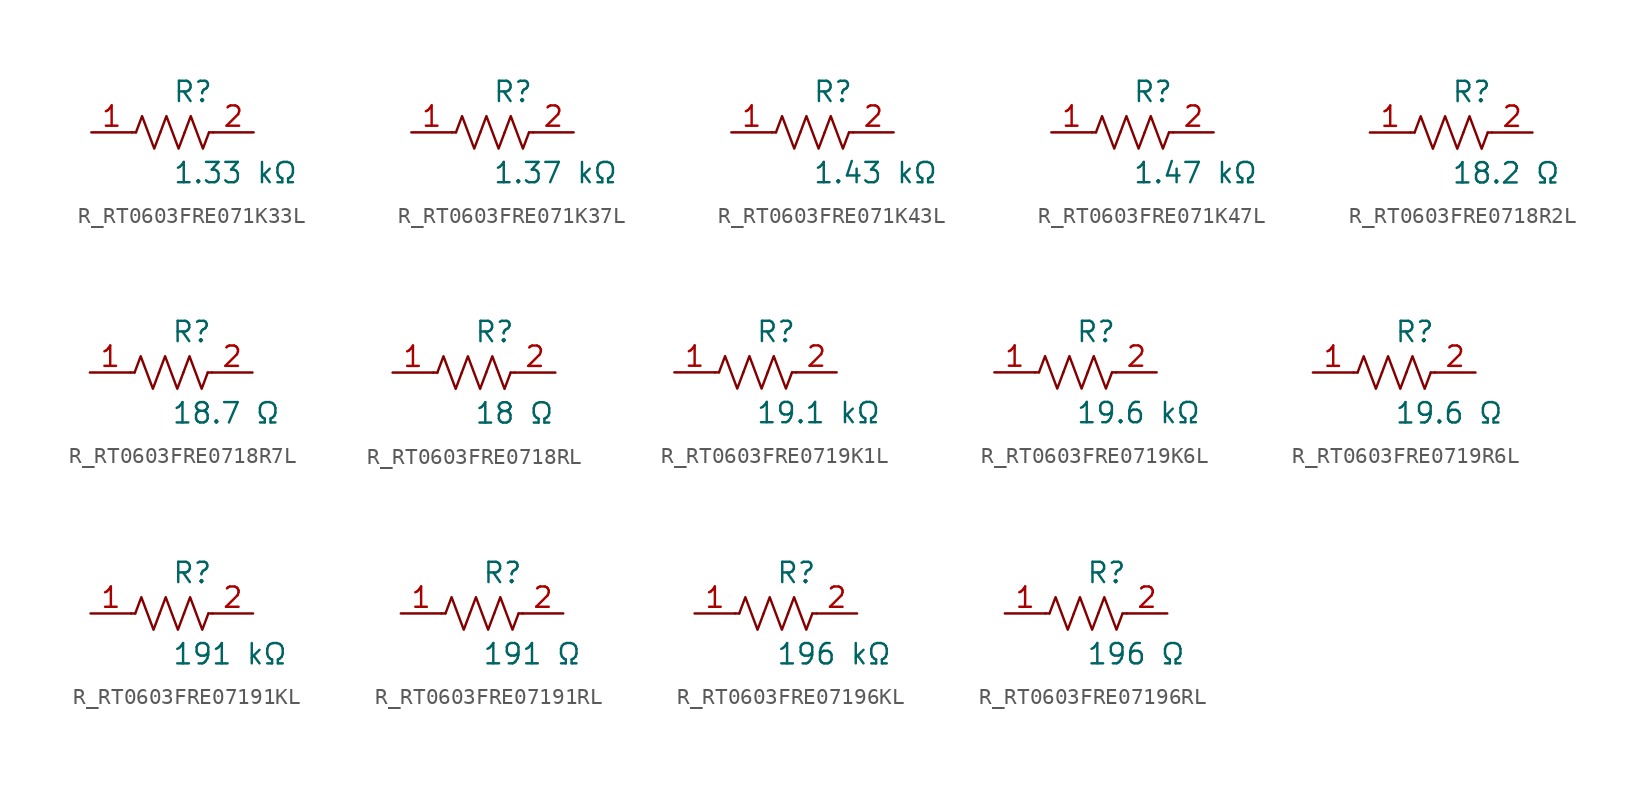
<source format=kicad_sym>
(kicad_symbol_lib
  (version 20231120)
  (generator kicad_symbol_editor)
  (generator_version 8.0)
  (symbol "R_RT0603FRE071K33L"
    (pin_names
      (offset 0.254))
    (property "Reference" "R"
      (at 0.0 2.54 0)
      (effects (font (size 1.27 1.27)) (justify left)))
    (property "Value" "1.33 kΩ"
      (at 0.0 -2.54 0)
      (effects (font (size 1.27 1.27)) (justify left)))
    (symbol "R_RT0603FRE071K33L_0_1"
      (polyline (pts (xy 2.286 0) (xy 2.54 0)) (stroke (width 0) (type default)) (fill (type none)))
      (polyline (pts (xy -2.286 0) (xy -2.54 0)) (stroke (width 0) (type default)) (fill (type none)))
      (polyline (pts (xy 0.762 0) (xy 1.143 1.016) (xy 1.524 0) (xy 1.905 -1.016) (xy 2.286 0)) (stroke (width 0) (type default)) (fill (type none)))
      (polyline (pts (xy -0.762 0) (xy -0.381 1.016) (xy 0 0) (xy 0.381 -1.016) (xy 0.762 0)) (stroke (width 0) (type default)) (fill (type none)))
      (polyline (pts (xy -2.286 0) (xy -1.905 1.016) (xy -1.524 0) (xy -1.143 -1.016) (xy -0.762 0)) (stroke (width 0) (type default)) (fill (type none))))
    (pin unspecified line
      (at -5.08 0 0)
      (length 2.54)
      (name "" (effects (font (size 1.27 1.27))))
      (number "1" (effects (font (size 1.27 1.27)))))
    (pin unspecified line
      (at 5.08 0 180)
      (length 2.54)
      (name "" (effects (font (size 1.27 1.27))))
      (number "2" (effects (font (size 1.27 1.27))))))
  (symbol "R_RT0603FRE071K37L"
    (pin_names
      (offset 0.254))
    (property "Reference" "R"
      (at 0.0 2.54 0)
      (effects (font (size 1.27 1.27)) (justify left)))
    (property "Value" "1.37 kΩ"
      (at 0.0 -2.54 0)
      (effects (font (size 1.27 1.27)) (justify left)))
    (symbol "R_RT0603FRE071K37L_0_1"
      (polyline (pts (xy 2.286 0) (xy 2.54 0)) (stroke (width 0) (type default)) (fill (type none)))
      (polyline (pts (xy -2.286 0) (xy -2.54 0)) (stroke (width 0) (type default)) (fill (type none)))
      (polyline (pts (xy 0.762 0) (xy 1.143 1.016) (xy 1.524 0) (xy 1.905 -1.016) (xy 2.286 0)) (stroke (width 0) (type default)) (fill (type none)))
      (polyline (pts (xy -0.762 0) (xy -0.381 1.016) (xy 0 0) (xy 0.381 -1.016) (xy 0.762 0)) (stroke (width 0) (type default)) (fill (type none)))
      (polyline (pts (xy -2.286 0) (xy -1.905 1.016) (xy -1.524 0) (xy -1.143 -1.016) (xy -0.762 0)) (stroke (width 0) (type default)) (fill (type none))))
    (pin unspecified line
      (at -5.08 0 0)
      (length 2.54)
      (name "" (effects (font (size 1.27 1.27))))
      (number "1" (effects (font (size 1.27 1.27)))))
    (pin unspecified line
      (at 5.08 0 180)
      (length 2.54)
      (name "" (effects (font (size 1.27 1.27))))
      (number "2" (effects (font (size 1.27 1.27))))))
  (symbol "R_RT0603FRE071K43L"
    (pin_names
      (offset 0.254))
    (property "Reference" "R"
      (at 0.0 2.54 0)
      (effects (font (size 1.27 1.27)) (justify left)))
    (property "Value" "1.43 kΩ"
      (at 0.0 -2.54 0)
      (effects (font (size 1.27 1.27)) (justify left)))
    (symbol "R_RT0603FRE071K43L_0_1"
      (polyline (pts (xy 2.286 0) (xy 2.54 0)) (stroke (width 0) (type default)) (fill (type none)))
      (polyline (pts (xy -2.286 0) (xy -2.54 0)) (stroke (width 0) (type default)) (fill (type none)))
      (polyline (pts (xy 0.762 0) (xy 1.143 1.016) (xy 1.524 0) (xy 1.905 -1.016) (xy 2.286 0)) (stroke (width 0) (type default)) (fill (type none)))
      (polyline (pts (xy -0.762 0) (xy -0.381 1.016) (xy 0 0) (xy 0.381 -1.016) (xy 0.762 0)) (stroke (width 0) (type default)) (fill (type none)))
      (polyline (pts (xy -2.286 0) (xy -1.905 1.016) (xy -1.524 0) (xy -1.143 -1.016) (xy -0.762 0)) (stroke (width 0) (type default)) (fill (type none))))
    (pin unspecified line
      (at -5.08 0 0)
      (length 2.54)
      (name "" (effects (font (size 1.27 1.27))))
      (number "1" (effects (font (size 1.27 1.27)))))
    (pin unspecified line
      (at 5.08 0 180)
      (length 2.54)
      (name "" (effects (font (size 1.27 1.27))))
      (number "2" (effects (font (size 1.27 1.27))))))
  (symbol "R_RT0603FRE071K47L"
    (pin_names
      (offset 0.254))
    (property "Reference" "R"
      (at 0.0 2.54 0)
      (effects (font (size 1.27 1.27)) (justify left)))
    (property "Value" "1.47 kΩ"
      (at 0.0 -2.54 0)
      (effects (font (size 1.27 1.27)) (justify left)))
    (symbol "R_RT0603FRE071K47L_0_1"
      (polyline (pts (xy 2.286 0) (xy 2.54 0)) (stroke (width 0) (type default)) (fill (type none)))
      (polyline (pts (xy -2.286 0) (xy -2.54 0)) (stroke (width 0) (type default)) (fill (type none)))
      (polyline (pts (xy 0.762 0) (xy 1.143 1.016) (xy 1.524 0) (xy 1.905 -1.016) (xy 2.286 0)) (stroke (width 0) (type default)) (fill (type none)))
      (polyline (pts (xy -0.762 0) (xy -0.381 1.016) (xy 0 0) (xy 0.381 -1.016) (xy 0.762 0)) (stroke (width 0) (type default)) (fill (type none)))
      (polyline (pts (xy -2.286 0) (xy -1.905 1.016) (xy -1.524 0) (xy -1.143 -1.016) (xy -0.762 0)) (stroke (width 0) (type default)) (fill (type none))))
    (pin unspecified line
      (at -5.08 0 0)
      (length 2.54)
      (name "" (effects (font (size 1.27 1.27))))
      (number "1" (effects (font (size 1.27 1.27)))))
    (pin unspecified line
      (at 5.08 0 180)
      (length 2.54)
      (name "" (effects (font (size 1.27 1.27))))
      (number "2" (effects (font (size 1.27 1.27))))))
  (symbol "R_RT0603FRE0718R2L"
    (pin_names
      (offset 0.254))
    (property "Reference" "R"
      (at 0.0 2.54 0)
      (effects (font (size 1.27 1.27)) (justify left)))
    (property "Value" "18.2 Ω"
      (at 0.0 -2.54 0)
      (effects (font (size 1.27 1.27)) (justify left)))
    (symbol "R_RT0603FRE0718R2L_0_1"
      (polyline (pts (xy 2.286 0) (xy 2.54 0)) (stroke (width 0) (type default)) (fill (type none)))
      (polyline (pts (xy -2.286 0) (xy -2.54 0)) (stroke (width 0) (type default)) (fill (type none)))
      (polyline (pts (xy 0.762 0) (xy 1.143 1.016) (xy 1.524 0) (xy 1.905 -1.016) (xy 2.286 0)) (stroke (width 0) (type default)) (fill (type none)))
      (polyline (pts (xy -0.762 0) (xy -0.381 1.016) (xy 0 0) (xy 0.381 -1.016) (xy 0.762 0)) (stroke (width 0) (type default)) (fill (type none)))
      (polyline (pts (xy -2.286 0) (xy -1.905 1.016) (xy -1.524 0) (xy -1.143 -1.016) (xy -0.762 0)) (stroke (width 0) (type default)) (fill (type none))))
    (pin unspecified line
      (at -5.08 0 0)
      (length 2.54)
      (name "" (effects (font (size 1.27 1.27))))
      (number "1" (effects (font (size 1.27 1.27)))))
    (pin unspecified line
      (at 5.08 0 180)
      (length 2.54)
      (name "" (effects (font (size 1.27 1.27))))
      (number "2" (effects (font (size 1.27 1.27))))))
  (symbol "R_RT0603FRE0718R7L"
    (pin_names
      (offset 0.254))
    (property "Reference" "R"
      (at 0.0 2.54 0)
      (effects (font (size 1.27 1.27)) (justify left)))
    (property "Value" "18.7 Ω"
      (at 0.0 -2.54 0)
      (effects (font (size 1.27 1.27)) (justify left)))
    (symbol "R_RT0603FRE0718R7L_0_1"
      (polyline (pts (xy 2.286 0) (xy 2.54 0)) (stroke (width 0) (type default)) (fill (type none)))
      (polyline (pts (xy -2.286 0) (xy -2.54 0)) (stroke (width 0) (type default)) (fill (type none)))
      (polyline (pts (xy 0.762 0) (xy 1.143 1.016) (xy 1.524 0) (xy 1.905 -1.016) (xy 2.286 0)) (stroke (width 0) (type default)) (fill (type none)))
      (polyline (pts (xy -0.762 0) (xy -0.381 1.016) (xy 0 0) (xy 0.381 -1.016) (xy 0.762 0)) (stroke (width 0) (type default)) (fill (type none)))
      (polyline (pts (xy -2.286 0) (xy -1.905 1.016) (xy -1.524 0) (xy -1.143 -1.016) (xy -0.762 0)) (stroke (width 0) (type default)) (fill (type none))))
    (pin unspecified line
      (at -5.08 0 0)
      (length 2.54)
      (name "" (effects (font (size 1.27 1.27))))
      (number "1" (effects (font (size 1.27 1.27)))))
    (pin unspecified line
      (at 5.08 0 180)
      (length 2.54)
      (name "" (effects (font (size 1.27 1.27))))
      (number "2" (effects (font (size 1.27 1.27))))))
  (symbol "R_RT0603FRE0718RL"
    (pin_names
      (offset 0.254))
    (property "Reference" "R"
      (at 0.0 2.54 0)
      (effects (font (size 1.27 1.27)) (justify left)))
    (property "Value" "18 Ω"
      (at 0.0 -2.54 0)
      (effects (font (size 1.27 1.27)) (justify left)))
    (symbol "R_RT0603FRE0718RL_0_1"
      (polyline (pts (xy 2.286 0) (xy 2.54 0)) (stroke (width 0) (type default)) (fill (type none)))
      (polyline (pts (xy -2.286 0) (xy -2.54 0)) (stroke (width 0) (type default)) (fill (type none)))
      (polyline (pts (xy 0.762 0) (xy 1.143 1.016) (xy 1.524 0) (xy 1.905 -1.016) (xy 2.286 0)) (stroke (width 0) (type default)) (fill (type none)))
      (polyline (pts (xy -0.762 0) (xy -0.381 1.016) (xy 0 0) (xy 0.381 -1.016) (xy 0.762 0)) (stroke (width 0) (type default)) (fill (type none)))
      (polyline (pts (xy -2.286 0) (xy -1.905 1.016) (xy -1.524 0) (xy -1.143 -1.016) (xy -0.762 0)) (stroke (width 0) (type default)) (fill (type none))))
    (pin unspecified line
      (at -5.08 0 0)
      (length 2.54)
      (name "" (effects (font (size 1.27 1.27))))
      (number "1" (effects (font (size 1.27 1.27)))))
    (pin unspecified line
      (at 5.08 0 180)
      (length 2.54)
      (name "" (effects (font (size 1.27 1.27))))
      (number "2" (effects (font (size 1.27 1.27))))))
  (symbol "R_RT0603FRE0719K1L"
    (pin_names
      (offset 0.254))
    (property "Reference" "R"
      (at 0.0 2.54 0)
      (effects (font (size 1.27 1.27)) (justify left)))
    (property "Value" "19.1 kΩ"
      (at 0.0 -2.54 0)
      (effects (font (size 1.27 1.27)) (justify left)))
    (symbol "R_RT0603FRE0719K1L_0_1"
      (polyline (pts (xy 2.286 0) (xy 2.54 0)) (stroke (width 0) (type default)) (fill (type none)))
      (polyline (pts (xy -2.286 0) (xy -2.54 0)) (stroke (width 0) (type default)) (fill (type none)))
      (polyline (pts (xy 0.762 0) (xy 1.143 1.016) (xy 1.524 0) (xy 1.905 -1.016) (xy 2.286 0)) (stroke (width 0) (type default)) (fill (type none)))
      (polyline (pts (xy -0.762 0) (xy -0.381 1.016) (xy 0 0) (xy 0.381 -1.016) (xy 0.762 0)) (stroke (width 0) (type default)) (fill (type none)))
      (polyline (pts (xy -2.286 0) (xy -1.905 1.016) (xy -1.524 0) (xy -1.143 -1.016) (xy -0.762 0)) (stroke (width 0) (type default)) (fill (type none))))
    (pin unspecified line
      (at -5.08 0 0)
      (length 2.54)
      (name "" (effects (font (size 1.27 1.27))))
      (number "1" (effects (font (size 1.27 1.27)))))
    (pin unspecified line
      (at 5.08 0 180)
      (length 2.54)
      (name "" (effects (font (size 1.27 1.27))))
      (number "2" (effects (font (size 1.27 1.27))))))
  (symbol "R_RT0603FRE0719K6L"
    (pin_names
      (offset 0.254))
    (property "Reference" "R"
      (at 0.0 2.54 0)
      (effects (font (size 1.27 1.27)) (justify left)))
    (property "Value" "19.6 kΩ"
      (at 0.0 -2.54 0)
      (effects (font (size 1.27 1.27)) (justify left)))
    (symbol "R_RT0603FRE0719K6L_0_1"
      (polyline (pts (xy 2.286 0) (xy 2.54 0)) (stroke (width 0) (type default)) (fill (type none)))
      (polyline (pts (xy -2.286 0) (xy -2.54 0)) (stroke (width 0) (type default)) (fill (type none)))
      (polyline (pts (xy 0.762 0) (xy 1.143 1.016) (xy 1.524 0) (xy 1.905 -1.016) (xy 2.286 0)) (stroke (width 0) (type default)) (fill (type none)))
      (polyline (pts (xy -0.762 0) (xy -0.381 1.016) (xy 0 0) (xy 0.381 -1.016) (xy 0.762 0)) (stroke (width 0) (type default)) (fill (type none)))
      (polyline (pts (xy -2.286 0) (xy -1.905 1.016) (xy -1.524 0) (xy -1.143 -1.016) (xy -0.762 0)) (stroke (width 0) (type default)) (fill (type none))))
    (pin unspecified line
      (at -5.08 0 0)
      (length 2.54)
      (name "" (effects (font (size 1.27 1.27))))
      (number "1" (effects (font (size 1.27 1.27)))))
    (pin unspecified line
      (at 5.08 0 180)
      (length 2.54)
      (name "" (effects (font (size 1.27 1.27))))
      (number "2" (effects (font (size 1.27 1.27))))))
  (symbol "R_RT0603FRE0719R6L"
    (pin_names
      (offset 0.254))
    (property "Reference" "R"
      (at 0.0 2.54 0)
      (effects (font (size 1.27 1.27)) (justify left)))
    (property "Value" "19.6 Ω"
      (at 0.0 -2.54 0)
      (effects (font (size 1.27 1.27)) (justify left)))
    (symbol "R_RT0603FRE0719R6L_0_1"
      (polyline (pts (xy 2.286 0) (xy 2.54 0)) (stroke (width 0) (type default)) (fill (type none)))
      (polyline (pts (xy -2.286 0) (xy -2.54 0)) (stroke (width 0) (type default)) (fill (type none)))
      (polyline (pts (xy 0.762 0) (xy 1.143 1.016) (xy 1.524 0) (xy 1.905 -1.016) (xy 2.286 0)) (stroke (width 0) (type default)) (fill (type none)))
      (polyline (pts (xy -0.762 0) (xy -0.381 1.016) (xy 0 0) (xy 0.381 -1.016) (xy 0.762 0)) (stroke (width 0) (type default)) (fill (type none)))
      (polyline (pts (xy -2.286 0) (xy -1.905 1.016) (xy -1.524 0) (xy -1.143 -1.016) (xy -0.762 0)) (stroke (width 0) (type default)) (fill (type none))))
    (pin unspecified line
      (at -5.08 0 0)
      (length 2.54)
      (name "" (effects (font (size 1.27 1.27))))
      (number "1" (effects (font (size 1.27 1.27)))))
    (pin unspecified line
      (at 5.08 0 180)
      (length 2.54)
      (name "" (effects (font (size 1.27 1.27))))
      (number "2" (effects (font (size 1.27 1.27))))))
  (symbol "R_RT0603FRE07191KL"
    (pin_names
      (offset 0.254))
    (property "Reference" "R"
      (at 0.0 2.54 0)
      (effects (font (size 1.27 1.27)) (justify left)))
    (property "Value" "191 kΩ"
      (at 0.0 -2.54 0)
      (effects (font (size 1.27 1.27)) (justify left)))
    (symbol "R_RT0603FRE07191KL_0_1"
      (polyline (pts (xy 2.286 0) (xy 2.54 0)) (stroke (width 0) (type default)) (fill (type none)))
      (polyline (pts (xy -2.286 0) (xy -2.54 0)) (stroke (width 0) (type default)) (fill (type none)))
      (polyline (pts (xy 0.762 0) (xy 1.143 1.016) (xy 1.524 0) (xy 1.905 -1.016) (xy 2.286 0)) (stroke (width 0) (type default)) (fill (type none)))
      (polyline (pts (xy -0.762 0) (xy -0.381 1.016) (xy 0 0) (xy 0.381 -1.016) (xy 0.762 0)) (stroke (width 0) (type default)) (fill (type none)))
      (polyline (pts (xy -2.286 0) (xy -1.905 1.016) (xy -1.524 0) (xy -1.143 -1.016) (xy -0.762 0)) (stroke (width 0) (type default)) (fill (type none))))
    (pin unspecified line
      (at -5.08 0 0)
      (length 2.54)
      (name "" (effects (font (size 1.27 1.27))))
      (number "1" (effects (font (size 1.27 1.27)))))
    (pin unspecified line
      (at 5.08 0 180)
      (length 2.54)
      (name "" (effects (font (size 1.27 1.27))))
      (number "2" (effects (font (size 1.27 1.27))))))
  (symbol "R_RT0603FRE07191RL"
    (pin_names
      (offset 0.254))
    (property "Reference" "R"
      (at 0.0 2.54 0)
      (effects (font (size 1.27 1.27)) (justify left)))
    (property "Value" "191 Ω"
      (at 0.0 -2.54 0)
      (effects (font (size 1.27 1.27)) (justify left)))
    (symbol "R_RT0603FRE07191RL_0_1"
      (polyline (pts (xy 2.286 0) (xy 2.54 0)) (stroke (width 0) (type default)) (fill (type none)))
      (polyline (pts (xy -2.286 0) (xy -2.54 0)) (stroke (width 0) (type default)) (fill (type none)))
      (polyline (pts (xy 0.762 0) (xy 1.143 1.016) (xy 1.524 0) (xy 1.905 -1.016) (xy 2.286 0)) (stroke (width 0) (type default)) (fill (type none)))
      (polyline (pts (xy -0.762 0) (xy -0.381 1.016) (xy 0 0) (xy 0.381 -1.016) (xy 0.762 0)) (stroke (width 0) (type default)) (fill (type none)))
      (polyline (pts (xy -2.286 0) (xy -1.905 1.016) (xy -1.524 0) (xy -1.143 -1.016) (xy -0.762 0)) (stroke (width 0) (type default)) (fill (type none))))
    (pin unspecified line
      (at -5.08 0 0)
      (length 2.54)
      (name "" (effects (font (size 1.27 1.27))))
      (number "1" (effects (font (size 1.27 1.27)))))
    (pin unspecified line
      (at 5.08 0 180)
      (length 2.54)
      (name "" (effects (font (size 1.27 1.27))))
      (number "2" (effects (font (size 1.27 1.27))))))
  (symbol "R_RT0603FRE07196KL"
    (pin_names
      (offset 0.254))
    (property "Reference" "R"
      (at 0.0 2.54 0)
      (effects (font (size 1.27 1.27)) (justify left)))
    (property "Value" "196 kΩ"
      (at 0.0 -2.54 0)
      (effects (font (size 1.27 1.27)) (justify left)))
    (symbol "R_RT0603FRE07196KL_0_1"
      (polyline (pts (xy 2.286 0) (xy 2.54 0)) (stroke (width 0) (type default)) (fill (type none)))
      (polyline (pts (xy -2.286 0) (xy -2.54 0)) (stroke (width 0) (type default)) (fill (type none)))
      (polyline (pts (xy 0.762 0) (xy 1.143 1.016) (xy 1.524 0) (xy 1.905 -1.016) (xy 2.286 0)) (stroke (width 0) (type default)) (fill (type none)))
      (polyline (pts (xy -0.762 0) (xy -0.381 1.016) (xy 0 0) (xy 0.381 -1.016) (xy 0.762 0)) (stroke (width 0) (type default)) (fill (type none)))
      (polyline (pts (xy -2.286 0) (xy -1.905 1.016) (xy -1.524 0) (xy -1.143 -1.016) (xy -0.762 0)) (stroke (width 0) (type default)) (fill (type none))))
    (pin unspecified line
      (at -5.08 0 0)
      (length 2.54)
      (name "" (effects (font (size 1.27 1.27))))
      (number "1" (effects (font (size 1.27 1.27)))))
    (pin unspecified line
      (at 5.08 0 180)
      (length 2.54)
      (name "" (effects (font (size 1.27 1.27))))
      (number "2" (effects (font (size 1.27 1.27))))))
  (symbol "R_RT0603FRE07196RL"
    (pin_names
      (offset 0.254))
    (property "Reference" "R"
      (at 0.0 2.54 0)
      (effects (font (size 1.27 1.27)) (justify left)))
    (property "Value" "196 Ω"
      (at 0.0 -2.54 0)
      (effects (font (size 1.27 1.27)) (justify left)))
    (symbol "R_RT0603FRE07196RL_0_1"
      (polyline (pts (xy 2.286 0) (xy 2.54 0)) (stroke (width 0) (type default)) (fill (type none)))
      (polyline (pts (xy -2.286 0) (xy -2.54 0)) (stroke (width 0) (type default)) (fill (type none)))
      (polyline (pts (xy 0.762 0) (xy 1.143 1.016) (xy 1.524 0) (xy 1.905 -1.016) (xy 2.286 0)) (stroke (width 0) (type default)) (fill (type none)))
      (polyline (pts (xy -0.762 0) (xy -0.381 1.016) (xy 0 0) (xy 0.381 -1.016) (xy 0.762 0)) (stroke (width 0) (type default)) (fill (type none)))
      (polyline (pts (xy -2.286 0) (xy -1.905 1.016) (xy -1.524 0) (xy -1.143 -1.016) (xy -0.762 0)) (stroke (width 0) (type default)) (fill (type none))))
    (pin unspecified line
      (at -5.08 0 0)
      (length 2.54)
      (name "" (effects (font (size 1.27 1.27))))
      (number "1" (effects (font (size 1.27 1.27)))))
    (pin unspecified line
      (at 5.08 0 180)
      (length 2.54)
      (name "" (effects (font (size 1.27 1.27))))
      (number "2" (effects (font (size 1.27 1.27)))))))
</source>
